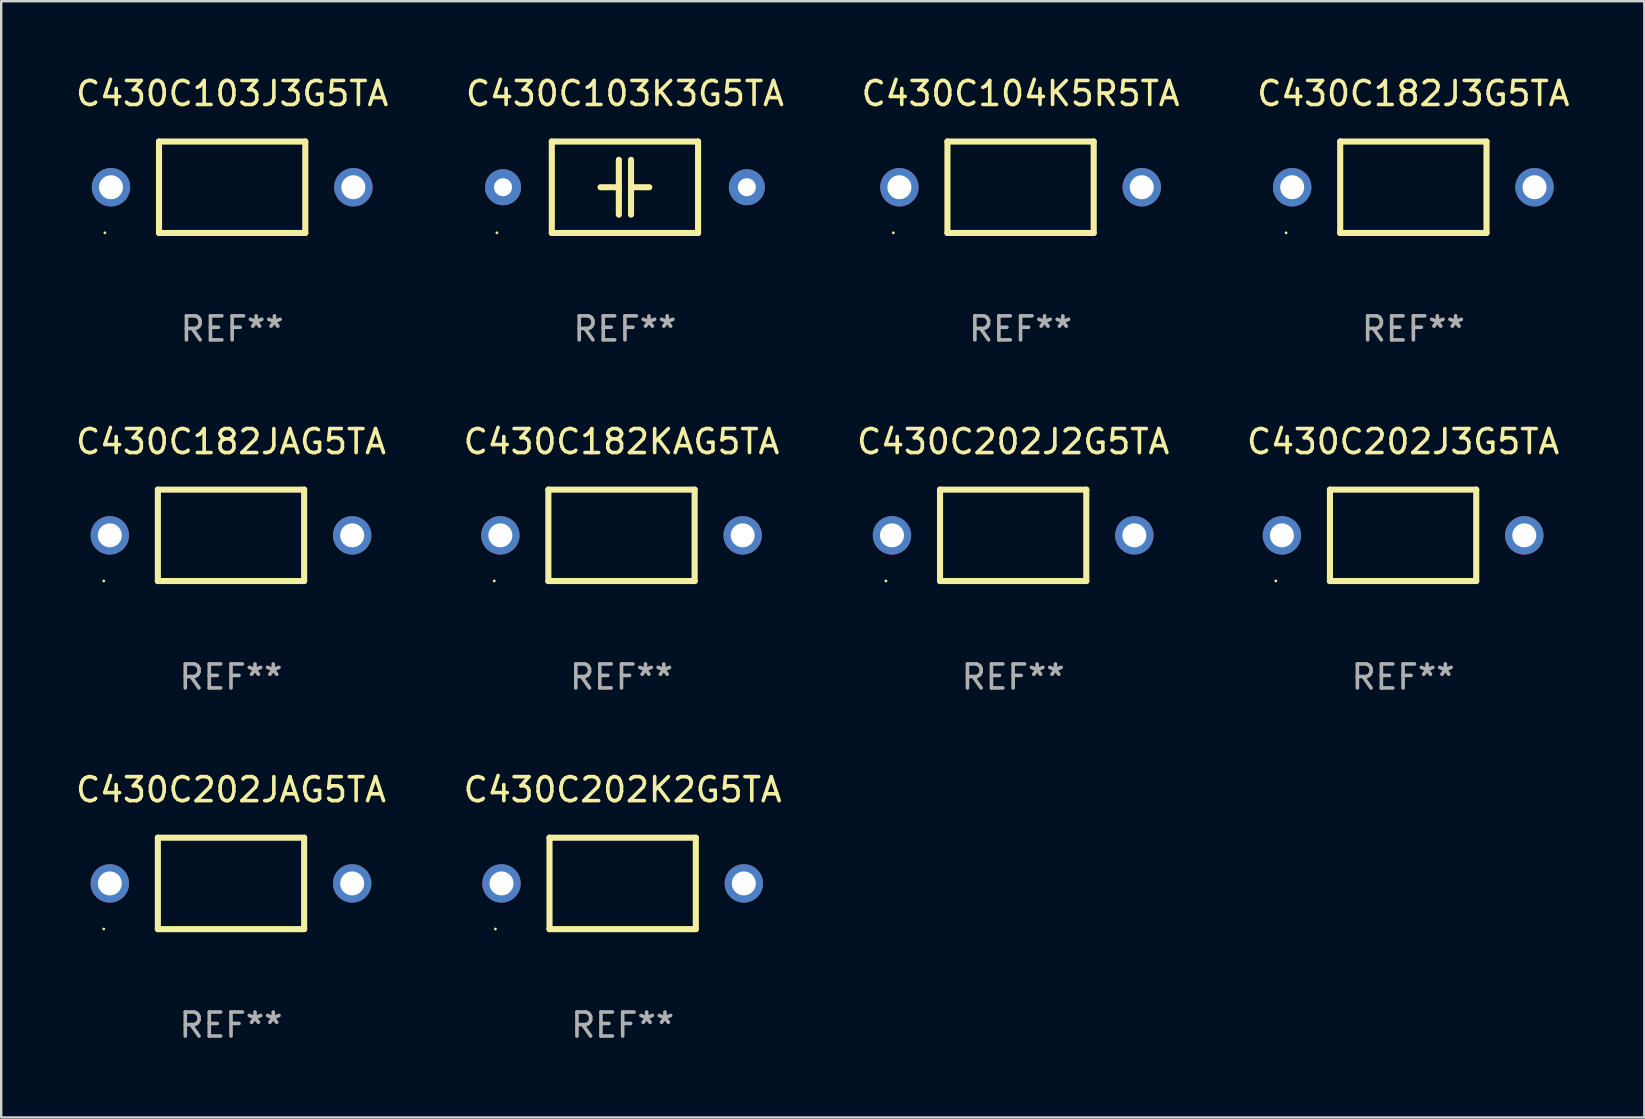
<source format=kicad_pcb>
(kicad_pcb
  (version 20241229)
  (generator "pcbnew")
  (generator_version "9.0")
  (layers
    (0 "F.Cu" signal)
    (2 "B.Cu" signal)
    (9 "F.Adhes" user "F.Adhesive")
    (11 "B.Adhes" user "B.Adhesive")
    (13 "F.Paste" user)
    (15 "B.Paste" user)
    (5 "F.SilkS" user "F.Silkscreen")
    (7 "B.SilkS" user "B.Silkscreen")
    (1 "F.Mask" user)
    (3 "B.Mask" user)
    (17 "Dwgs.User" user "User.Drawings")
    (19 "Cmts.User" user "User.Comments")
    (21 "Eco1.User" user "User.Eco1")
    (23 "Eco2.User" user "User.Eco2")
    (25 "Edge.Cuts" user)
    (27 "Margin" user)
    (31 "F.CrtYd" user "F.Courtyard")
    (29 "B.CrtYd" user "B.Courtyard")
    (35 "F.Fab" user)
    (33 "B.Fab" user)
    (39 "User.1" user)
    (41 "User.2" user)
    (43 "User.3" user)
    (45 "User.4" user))
  (footprint "C430C202K2G5TA"
    (layer "F.Cu")
    (at 22.899 33.766)
    (property "Reference" "C430C202K2G5TA" (at 0 -3.905 0) (layer "F.SilkS") (effects (font (size 1 1) (thickness 0.15))))
    (attr through_hole)
    (fp_line (start -3.048 -1.905) (end -3.048 1.905) (stroke (width 0.254) (type solid)) (layer "F.SilkS"))
    (fp_line (start -3.048 1.905) (end 3.048 1.905) (stroke (width 0.254) (type solid)) (layer "F.SilkS"))
    (fp_line (start 3.048 -1.905) (end -3.048 -1.905) (stroke (width 0.254) (type solid)) (layer "F.SilkS"))
    (fp_line (start 3.048 1.905) (end 3.048 -1.905) (stroke (width 0.254) (type solid)) (layer "F.SilkS"))
    (fp_circle (center -5.303 1.9) (end -5.273 1.9) (stroke (width 0.06) (type solid)) (fill no) (layer "F.SilkS"))
    (fp_text user "REF**" (at 0 5.905 0) (layer "F.Fab") (effects (font (size 1 1) (thickness 0.15))))
    (pad "1" thru_hole circle (at -5.05 0) (size 1.6 1.6) (drill 1) (layers "*.Cu" "*.Mask"))
    (pad "2" thru_hole circle (at 5.05 0) (size 1.6 1.6) (drill 1) (layers "*.Cu" "*.Mask")))
  (footprint "C430C103K3G5TA"
    (layer "F.Cu")
    (at 22.994 4.753)
    (property "Reference" "C430C103K3G5TA" (at 0 -3.905 0) (layer "F.SilkS") (effects (font (size 1 1) (thickness 0.15))))
    (attr through_hole)
    (fp_line (start -3.048 -1.905) (end 3.048 -1.905) (stroke (width 0.254) (type solid)) (layer "F.SilkS"))
    (fp_line (start -3.048 1.905) (end -3.048 -1.905) (stroke (width 0.254) (type solid)) (layer "F.SilkS"))
    (fp_line (start -1.016 0) (end -0.254 0) (stroke (width 0.254) (type solid)) (layer "F.SilkS"))
    (fp_line (start -0.254 -1.143) (end -0.254 -0.036) (stroke (width 0.254) (type solid)) (layer "F.SilkS"))
    (fp_line (start -0.254 -0.036) (end -0.254 1.143) (stroke (width 0.254) (type solid)) (layer "F.SilkS"))
    (fp_line (start 0.254 1.143) (end 0.254 -1.143) (stroke (width 0.254) (type solid)) (layer "F.SilkS"))
    (fp_line (start 1.016 0) (end 0.254 0) (stroke (width 0.254) (type solid)) (layer "F.SilkS"))
    (fp_line (start 3.048 -1.905) (end 3.048 1.905) (stroke (width 0.254) (type solid)) (layer "F.SilkS"))
    (fp_line (start 3.048 1.905) (end -3.048 1.905) (stroke (width 0.254) (type solid)) (layer "F.SilkS"))
    (fp_circle (center -5.335 1.9) (end -5.305 1.9) (stroke (width 0.06) (type solid)) (fill no) (layer "F.SilkS"))
    (fp_text user "REF**" (at 0 5.905 0) (layer "F.Fab") (effects (font (size 1 1) (thickness 0.15))))
    (pad "1" thru_hole circle (at -5.08 0) (size 1.5 1.5) (drill 0.75) (layers "*.Cu" "*.Mask"))
    (pad "2" thru_hole circle (at 5.08 0) (size 1.5 1.5) (drill 0.75) (layers "*.Cu" "*.Mask")))
  (footprint "C430C182J3G5TA"
    (layer "F.Cu")
    (at 55.851 4.753)
    (property "Reference" "C430C182J3G5TA" (at 0 -3.905 0) (layer "F.SilkS") (effects (font (size 1 1) (thickness 0.15))))
    (attr through_hole)
    (fp_line (start -3.048 -1.905) (end -3.048 1.905) (stroke (width 0.254) (type solid)) (layer "F.SilkS"))
    (fp_line (start -3.048 1.905) (end 3.048 1.905) (stroke (width 0.254) (type solid)) (layer "F.SilkS"))
    (fp_line (start 3.048 -1.905) (end -3.048 -1.905) (stroke (width 0.254) (type solid)) (layer "F.SilkS"))
    (fp_line (start 3.048 1.905) (end 3.048 -1.905) (stroke (width 0.254) (type solid)) (layer "F.SilkS"))
    (fp_circle (center -5.303 1.9) (end -5.273 1.9) (stroke (width 0.06) (type solid)) (fill no) (layer "F.SilkS"))
    (fp_text user "REF**" (at 0 5.905 0) (layer "F.Fab") (effects (font (size 1 1) (thickness 0.15))))
    (pad "1" thru_hole circle (at -5.05 0) (size 1.6 1.6) (drill 1) (layers "*.Cu" "*.Mask"))
    (pad "2" thru_hole circle (at 5.05 0) (size 1.6 1.6) (drill 1) (layers "*.Cu" "*.Mask")))
  (footprint "C430C182JAG5TA"
    (layer "F.Cu")
    (at 6.577 19.26)
    (property "Reference" "C430C182JAG5TA" (at 0 -3.905 0) (layer "F.SilkS") (effects (font (size 1 1) (thickness 0.15))))
    (attr through_hole)
    (fp_line (start -3.048 -1.905) (end -3.048 1.905) (stroke (width 0.254) (type solid)) (layer "F.SilkS"))
    (fp_line (start -3.048 1.905) (end 3.048 1.905) (stroke (width 0.254) (type solid)) (layer "F.SilkS"))
    (fp_line (start 3.048 -1.905) (end -3.048 -1.905) (stroke (width 0.254) (type solid)) (layer "F.SilkS"))
    (fp_line (start 3.048 1.905) (end 3.048 -1.905) (stroke (width 0.254) (type solid)) (layer "F.SilkS"))
    (fp_circle (center -5.303 1.9) (end -5.273 1.9) (stroke (width 0.06) (type solid)) (fill no) (layer "F.SilkS"))
    (fp_text user "REF**" (at 0 5.905 0) (layer "F.Fab") (effects (font (size 1 1) (thickness 0.15))))
    (pad "1" thru_hole circle (at -5.05 0) (size 1.6 1.6) (drill 1) (layers "*.Cu" "*.Mask"))
    (pad "2" thru_hole circle (at 5.05 0) (size 1.6 1.6) (drill 1) (layers "*.Cu" "*.Mask")))
  (footprint "C430C202JAG5TA"
    (layer "F.Cu")
    (at 6.577 33.766)
    (property "Reference" "C430C202JAG5TA" (at 0 -3.905 0) (layer "F.SilkS") (effects (font (size 1 1) (thickness 0.15))))
    (attr through_hole)
    (fp_line (start -3.048 -1.905) (end -3.048 1.905) (stroke (width 0.254) (type solid)) (layer "F.SilkS"))
    (fp_line (start -3.048 1.905) (end 3.048 1.905) (stroke (width 0.254) (type solid)) (layer "F.SilkS"))
    (fp_line (start 3.048 -1.905) (end -3.048 -1.905) (stroke (width 0.254) (type solid)) (layer "F.SilkS"))
    (fp_line (start 3.048 1.905) (end 3.048 -1.905) (stroke (width 0.254) (type solid)) (layer "F.SilkS"))
    (fp_circle (center -5.303 1.9) (end -5.273 1.9) (stroke (width 0.06) (type solid)) (fill no) (layer "F.SilkS"))
    (fp_text user "REF**" (at 0 5.905 0) (layer "F.Fab") (effects (font (size 1 1) (thickness 0.15))))
    (pad "1" thru_hole circle (at -5.05 0) (size 1.6 1.6) (drill 1) (layers "*.Cu" "*.Mask"))
    (pad "2" thru_hole circle (at 5.05 0) (size 1.6 1.6) (drill 1) (layers "*.Cu" "*.Mask")))
  (footprint "C430C202J2G5TA"
    (layer "F.Cu")
    (at 39.173 19.26)
    (property "Reference" "C430C202J2G5TA" (at 0 -3.905 0) (layer "F.SilkS") (effects (font (size 1 1) (thickness 0.15))))
    (attr through_hole)
    (fp_line (start -3.048 -1.905) (end -3.048 1.905) (stroke (width 0.254) (type solid)) (layer "F.SilkS"))
    (fp_line (start -3.048 1.905) (end 3.048 1.905) (stroke (width 0.254) (type solid)) (layer "F.SilkS"))
    (fp_line (start 3.048 -1.905) (end -3.048 -1.905) (stroke (width 0.254) (type solid)) (layer "F.SilkS"))
    (fp_line (start 3.048 1.905) (end 3.048 -1.905) (stroke (width 0.254) (type solid)) (layer "F.SilkS"))
    (fp_circle (center -5.303 1.9) (end -5.273 1.9) (stroke (width 0.06) (type solid)) (fill no) (layer "F.SilkS"))
    (fp_text user "REF**" (at 0 5.905 0) (layer "F.Fab") (effects (font (size 1 1) (thickness 0.15))))
    (pad "1" thru_hole circle (at -5.05 0) (size 1.6 1.6) (drill 1) (layers "*.Cu" "*.Mask"))
    (pad "2" thru_hole circle (at 5.05 0) (size 1.6 1.6) (drill 1) (layers "*.Cu" "*.Mask")))
  (footprint "C430C104K5R5TA"
    (layer "F.Cu")
    (at 39.482 4.753)
    (property "Reference" "C430C104K5R5TA" (at 0 -3.905 0) (layer "F.SilkS") (effects (font (size 1 1) (thickness 0.15))))
    (attr through_hole)
    (fp_line (start -3.048 -1.905) (end -3.048 1.905) (stroke (width 0.254) (type solid)) (layer "F.SilkS"))
    (fp_line (start -3.048 1.905) (end 3.048 1.905) (stroke (width 0.254) (type solid)) (layer "F.SilkS"))
    (fp_line (start 3.048 -1.905) (end -3.048 -1.905) (stroke (width 0.254) (type solid)) (layer "F.SilkS"))
    (fp_line (start 3.048 1.905) (end 3.048 -1.905) (stroke (width 0.254) (type solid)) (layer "F.SilkS"))
    (fp_circle (center -5.303 1.9) (end -5.273 1.9) (stroke (width 0.06) (type solid)) (fill no) (layer "F.SilkS"))
    (fp_text user "REF**" (at 0 5.905 0) (layer "F.Fab") (effects (font (size 1 1) (thickness 0.15))))
    (pad "1" thru_hole circle (at -5.05 0) (size 1.6 1.6) (drill 1) (layers "*.Cu" "*.Mask"))
    (pad "2" thru_hole circle (at 5.05 0) (size 1.6 1.6) (drill 1) (layers "*.Cu" "*.Mask")))
  (footprint "C430C202J3G5TA"
    (layer "F.Cu")
    (at 55.423 19.26)
    (property "Reference" "C430C202J3G5TA" (at 0 -3.905 0) (layer "F.SilkS") (effects (font (size 1 1) (thickness 0.15))))
    (attr through_hole)
    (fp_line (start -3.048 -1.905) (end -3.048 1.905) (stroke (width 0.254) (type solid)) (layer "F.SilkS"))
    (fp_line (start -3.048 1.905) (end 3.048 1.905) (stroke (width 0.254) (type solid)) (layer "F.SilkS"))
    (fp_line (start 3.048 -1.905) (end -3.048 -1.905) (stroke (width 0.254) (type solid)) (layer "F.SilkS"))
    (fp_line (start 3.048 1.905) (end 3.048 -1.905) (stroke (width 0.254) (type solid)) (layer "F.SilkS"))
    (fp_circle (center -5.303 1.9) (end -5.273 1.9) (stroke (width 0.06) (type solid)) (fill no) (layer "F.SilkS"))
    (fp_text user "REF**" (at 0 5.905 0) (layer "F.Fab") (effects (font (size 1 1) (thickness 0.15))))
    (pad "1" thru_hole circle (at -5.05 0) (size 1.6 1.6) (drill 1) (layers "*.Cu" "*.Mask"))
    (pad "2" thru_hole circle (at 5.05 0) (size 1.6 1.6) (drill 1) (layers "*.Cu" "*.Mask")))
  (footprint "C430C103J3G5TA"
    (layer "F.Cu")
    (at 6.625 4.753)
    (property "Reference" "C430C103J3G5TA" (at 0 -3.905 0) (layer "F.SilkS") (effects (font (size 1 1) (thickness 0.15))))
    (attr through_hole)
    (fp_line (start -3.048 -1.905) (end -3.048 1.905) (stroke (width 0.254) (type solid)) (layer "F.SilkS"))
    (fp_line (start -3.048 1.905) (end 3.048 1.905) (stroke (width 0.254) (type solid)) (layer "F.SilkS"))
    (fp_line (start 3.048 -1.905) (end -3.048 -1.905) (stroke (width 0.254) (type solid)) (layer "F.SilkS"))
    (fp_line (start 3.048 1.905) (end 3.048 -1.905) (stroke (width 0.254) (type solid)) (layer "F.SilkS"))
    (fp_circle (center -5.303 1.9) (end -5.273 1.9) (stroke (width 0.06) (type solid)) (fill no) (layer "F.SilkS"))
    (fp_text user "REF**" (at 0 5.905 0) (layer "F.Fab") (effects (font (size 1 1) (thickness 0.15))))
    (pad "1" thru_hole circle (at -5.05 0) (size 1.6 1.6) (drill 1) (layers "*.Cu" "*.Mask"))
    (pad "2" thru_hole circle (at 5.05 0) (size 1.6 1.6) (drill 1) (layers "*.Cu" "*.Mask")))
  (footprint "C430C182KAG5TA"
    (layer "F.Cu")
    (at 22.851 19.26)
    (property "Reference" "C430C182KAG5TA" (at 0 -3.905 0) (layer "F.SilkS") (effects (font (size 1 1) (thickness 0.15))))
    (attr through_hole)
    (fp_line (start -3.048 -1.905) (end -3.048 1.905) (stroke (width 0.254) (type solid)) (layer "F.SilkS"))
    (fp_line (start -3.048 1.905) (end 3.048 1.905) (stroke (width 0.254) (type solid)) (layer "F.SilkS"))
    (fp_line (start 3.048 -1.905) (end -3.048 -1.905) (stroke (width 0.254) (type solid)) (layer "F.SilkS"))
    (fp_line (start 3.048 1.905) (end 3.048 -1.905) (stroke (width 0.254) (type solid)) (layer "F.SilkS"))
    (fp_circle (center -5.303 1.9) (end -5.273 1.9) (stroke (width 0.06) (type solid)) (fill no) (layer "F.SilkS"))
    (fp_text user "REF**" (at 0 5.905 0) (layer "F.Fab") (effects (font (size 1 1) (thickness 0.15))))
    (pad "1" thru_hole circle (at -5.05 0) (size 1.6 1.6) (drill 1) (layers "*.Cu" "*.Mask"))
    (pad "2" thru_hole circle (at 5.05 0) (size 1.6 1.6) (drill 1) (layers "*.Cu" "*.Mask")))
  (gr_rect
    (start -3 -3)
    (end 65.476 43.52)
    (stroke (width 0.1) (type default))
    (fill no)
    (layer "Edge.Cuts")))
</source>
